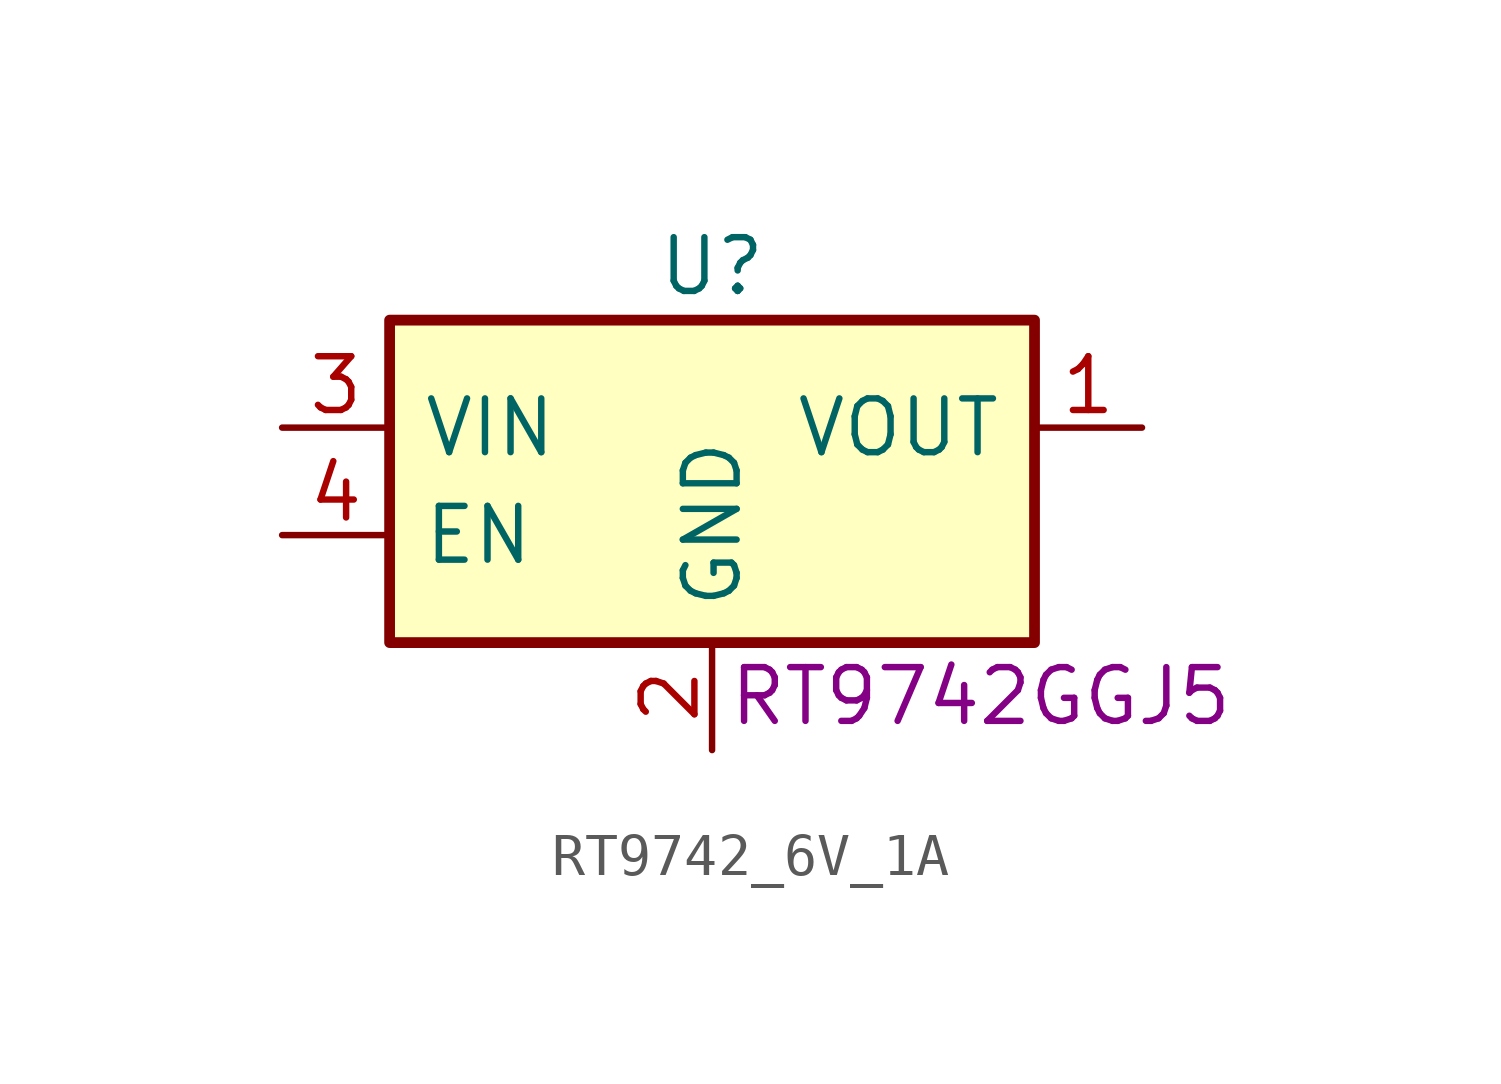
<source format=kicad_sym>
(kicad_symbol_lib
  (version 20211014)
  (generator kicad_symbol_editor)
  (symbol "RT9742_6V_1A"
    (pin_names
      (offset 0.762))
    (property "Reference" "U"
      (at 0 6.35 0)
      (effects (font (size 1.27 1.27))))
    (property "Manufacturer Part Number" "RT9742GGJ5"
      (at 6.35 -3.81 0)
      (effects (font (size 1.27 1.27))))
    (symbol "RT9742_6V_1A_0_1"
      (rectangle (start -7.62 5.08) (end 7.62 -2.54) (stroke (width 0.254) (type default) (color 0 0 0 0)) (fill (type background))))
    (symbol "RT9742_6V_1A_1_1"
      (pin power_out line (at 10.16 2.54 180) (length 2.54) (name "VOUT" (effects (font (size 1.27 1.27)))) (number "1" (effects (font (size 1.27 1.27)))))
      (pin power_in line (at 0 -5.08 90) (length 2.54) (name "GND" (effects (font (size 1.27 1.27)))) (number "2" (effects (font (size 1.27 1.27)))))
      (pin power_in line (at -10.16 2.54 0) (length 2.54) (name "VIN" (effects (font (size 1.27 1.27)))) (number "3" (effects (font (size 1.27 1.27)))))
      (pin input line (at -10.16 0 0) (length 2.54) (name "EN" (effects (font (size 1.27 1.27)))) (number "4" (effects (font (size 1.27 1.27)))))
      (pin passive line (at 10.16 2.54 180) (length 2.54) hide (name "VOUT" (effects (font (size 1.27 1.27)))) (number "5" (effects (font (size 1.27 1.27))))))))
</source>
